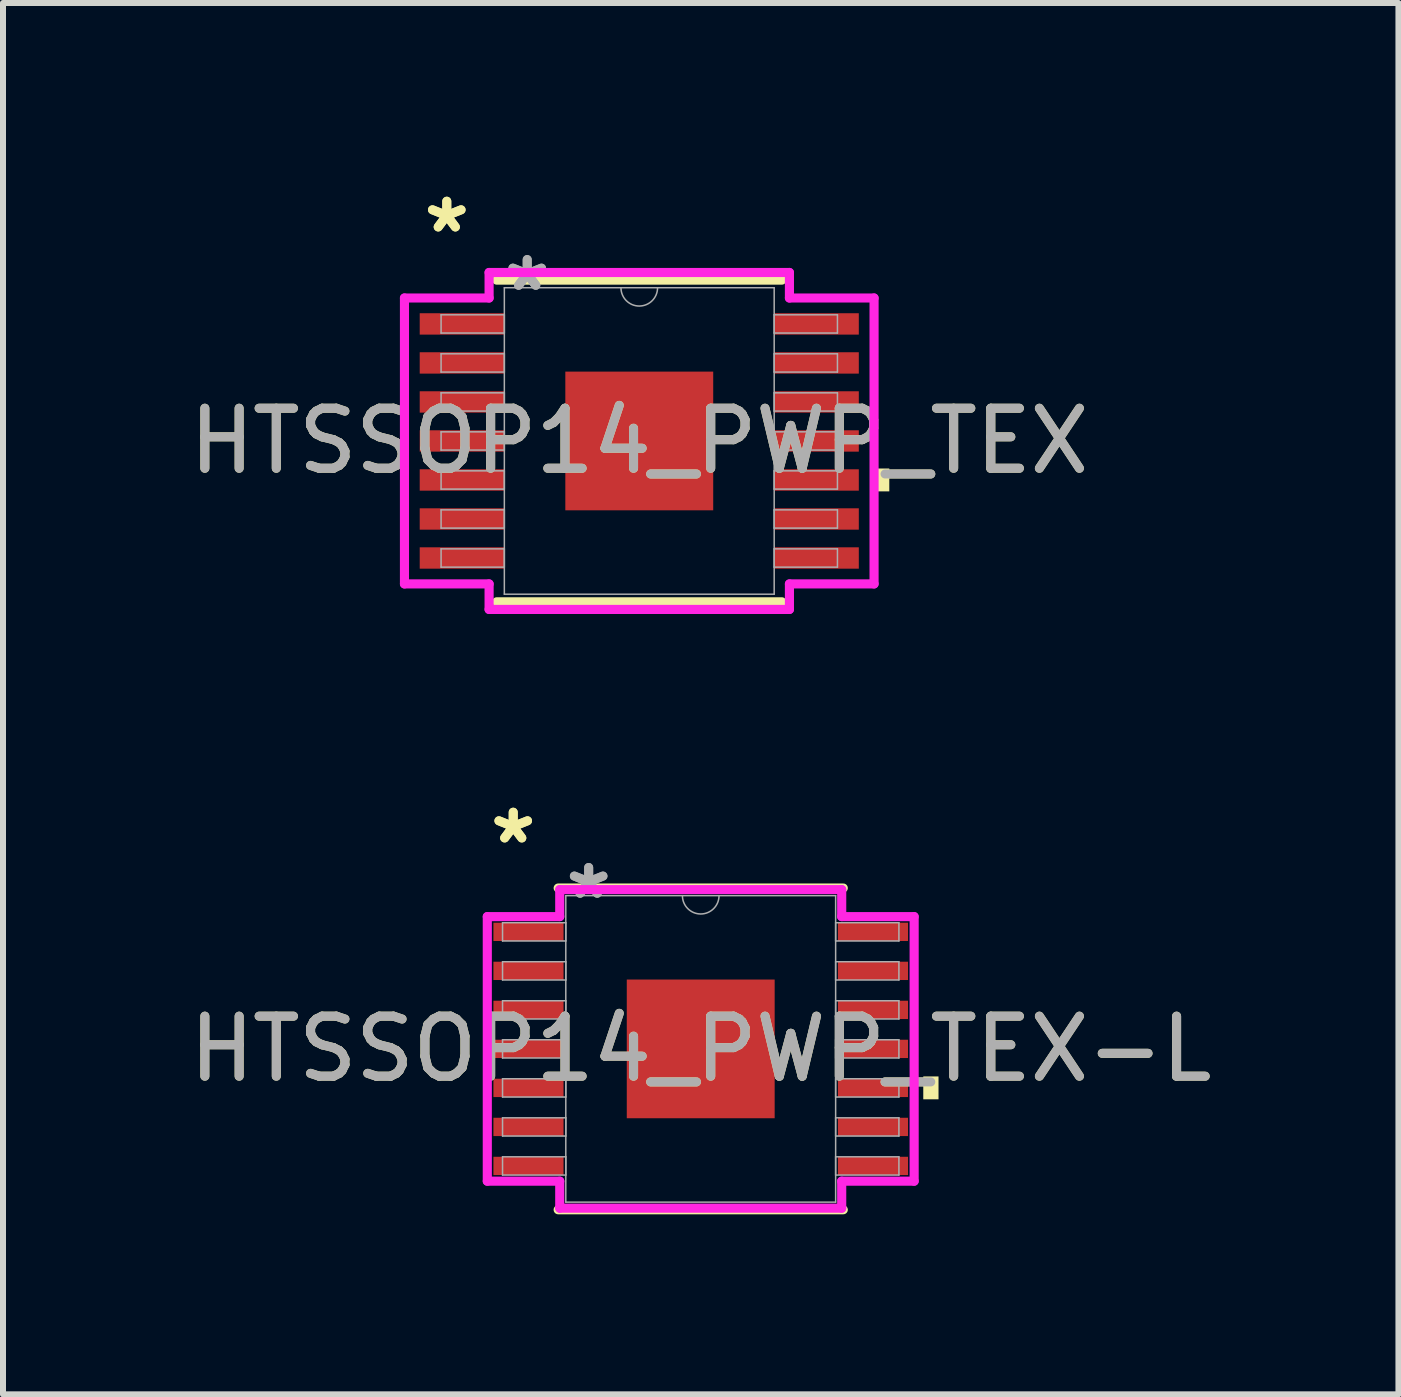
<source format=kicad_pcb>
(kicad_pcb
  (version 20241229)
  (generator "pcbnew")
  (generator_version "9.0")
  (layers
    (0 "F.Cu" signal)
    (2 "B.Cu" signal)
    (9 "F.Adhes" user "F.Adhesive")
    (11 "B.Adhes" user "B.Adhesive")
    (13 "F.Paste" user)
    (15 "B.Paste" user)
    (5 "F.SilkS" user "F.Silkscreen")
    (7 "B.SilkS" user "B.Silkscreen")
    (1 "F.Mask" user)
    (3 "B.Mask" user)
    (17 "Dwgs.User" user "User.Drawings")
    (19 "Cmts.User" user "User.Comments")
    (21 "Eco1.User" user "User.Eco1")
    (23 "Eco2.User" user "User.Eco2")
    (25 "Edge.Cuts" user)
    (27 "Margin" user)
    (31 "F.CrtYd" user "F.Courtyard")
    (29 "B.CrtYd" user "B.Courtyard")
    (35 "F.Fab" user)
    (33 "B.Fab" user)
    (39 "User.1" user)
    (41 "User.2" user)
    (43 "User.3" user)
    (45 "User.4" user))
  (footprint "HTSSOP14_PWP_TEX"
    (layer "F.Cu")
    (at 7.601 4.297)
    (property "Reference" "HTSSOP14_PWP_TEX" (at 0 0 0) (unlocked yes) (layer "F.SilkS") (effects (font (size 1 1) (thickness 0.15))))
    (attr smd)
    (fp_line (start -2.375 2.68) (end 2.375 2.68) (stroke (width 0.152) (type solid)) (layer "F.SilkS"))
    (fp_line (start 2.375 -2.68) (end -2.375 -2.68) (stroke (width 0.152) (type solid)) (layer "F.SilkS"))
    (fp_poly (pts (xy 4.166 0.459) (xy 4.166 0.84) (xy 3.912 0.84) (xy 3.912 0.459)) (stroke (width 0) (type solid)) (fill yes) (layer "F.SilkS"))
    (fp_line (start -3.912 -2.382) (end -2.502 -2.382) (stroke (width 0.152) (type solid)) (layer "F.CrtYd"))
    (fp_line (start -3.912 2.382) (end -3.912 -2.382) (stroke (width 0.152) (type solid)) (layer "F.CrtYd"))
    (fp_line (start -3.912 2.382) (end -2.502 2.382) (stroke (width 0.152) (type solid)) (layer "F.CrtYd"))
    (fp_line (start -2.502 -2.807) (end 2.502 -2.807) (stroke (width 0.152) (type solid)) (layer "F.CrtYd"))
    (fp_line (start -2.502 -2.382) (end -2.502 -2.807) (stroke (width 0.152) (type solid)) (layer "F.CrtYd"))
    (fp_line (start -2.502 2.807) (end -2.502 2.382) (stroke (width 0.152) (type solid)) (layer "F.CrtYd"))
    (fp_line (start 2.502 -2.807) (end 2.502 -2.382) (stroke (width 0.152) (type solid)) (layer "F.CrtYd"))
    (fp_line (start 2.502 2.382) (end 2.502 2.807) (stroke (width 0.152) (type solid)) (layer "F.CrtYd"))
    (fp_line (start 2.502 2.807) (end -2.502 2.807) (stroke (width 0.152) (type solid)) (layer "F.CrtYd"))
    (fp_line (start 3.912 -2.382) (end 2.502 -2.382) (stroke (width 0.152) (type solid)) (layer "F.CrtYd"))
    (fp_line (start 3.912 -2.382) (end 3.912 2.382) (stroke (width 0.152) (type solid)) (layer "F.CrtYd"))
    (fp_line (start 3.912 2.382) (end 2.502 2.382) (stroke (width 0.152) (type solid)) (layer "F.CrtYd"))
    (fp_line (start -3.302 -2.102) (end -3.302 -1.798) (stroke (width 0.025) (type solid)) (layer "F.Fab"))
    (fp_line (start -3.302 -1.798) (end -2.248 -1.798) (stroke (width 0.025) (type solid)) (layer "F.Fab"))
    (fp_line (start -3.302 -1.452) (end -3.302 -1.148) (stroke (width 0.025) (type solid)) (layer "F.Fab"))
    (fp_line (start -3.302 -1.148) (end -2.248 -1.148) (stroke (width 0.025) (type solid)) (layer "F.Fab"))
    (fp_line (start -3.302 -0.802) (end -3.302 -0.498) (stroke (width 0.025) (type solid)) (layer "F.Fab"))
    (fp_line (start -3.302 -0.498) (end -2.248 -0.498) (stroke (width 0.025) (type solid)) (layer "F.Fab"))
    (fp_line (start -3.302 -0.152) (end -3.302 0.152) (stroke (width 0.025) (type solid)) (layer "F.Fab"))
    (fp_line (start -3.302 0.152) (end -2.248 0.152) (stroke (width 0.025) (type solid)) (layer "F.Fab"))
    (fp_line (start -3.302 0.498) (end -3.302 0.802) (stroke (width 0.025) (type solid)) (layer "F.Fab"))
    (fp_line (start -3.302 0.802) (end -2.248 0.802) (stroke (width 0.025) (type solid)) (layer "F.Fab"))
    (fp_line (start -3.302 1.148) (end -3.302 1.452) (stroke (width 0.025) (type solid)) (layer "F.Fab"))
    (fp_line (start -3.302 1.452) (end -2.248 1.452) (stroke (width 0.025) (type solid)) (layer "F.Fab"))
    (fp_line (start -3.302 1.798) (end -3.302 2.102) (stroke (width 0.025) (type solid)) (layer "F.Fab"))
    (fp_line (start -3.302 2.102) (end -2.248 2.102) (stroke (width 0.025) (type solid)) (layer "F.Fab"))
    (fp_line (start -2.248 -2.553) (end -2.248 2.553) (stroke (width 0.025) (type solid)) (layer "F.Fab"))
    (fp_line (start -2.248 -2.102) (end -3.302 -2.102) (stroke (width 0.025) (type solid)) (layer "F.Fab"))
    (fp_line (start -2.248 -1.798) (end -2.248 -2.102) (stroke (width 0.025) (type solid)) (layer "F.Fab"))
    (fp_line (start -2.248 -1.452) (end -3.302 -1.452) (stroke (width 0.025) (type solid)) (layer "F.Fab"))
    (fp_line (start -2.248 -1.148) (end -2.248 -1.452) (stroke (width 0.025) (type solid)) (layer "F.Fab"))
    (fp_line (start -2.248 -0.802) (end -3.302 -0.802) (stroke (width 0.025) (type solid)) (layer "F.Fab"))
    (fp_line (start -2.248 -0.498) (end -2.248 -0.802) (stroke (width 0.025) (type solid)) (layer "F.Fab"))
    (fp_line (start -2.248 -0.152) (end -3.302 -0.152) (stroke (width 0.025) (type solid)) (layer "F.Fab"))
    (fp_line (start -2.248 0.152) (end -2.248 -0.152) (stroke (width 0.025) (type solid)) (layer "F.Fab"))
    (fp_line (start -2.248 0.498) (end -3.302 0.498) (stroke (width 0.025) (type solid)) (layer "F.Fab"))
    (fp_line (start -2.248 0.802) (end -2.248 0.498) (stroke (width 0.025) (type solid)) (layer "F.Fab"))
    (fp_line (start -2.248 1.148) (end -3.302 1.148) (stroke (width 0.025) (type solid)) (layer "F.Fab"))
    (fp_line (start -2.248 1.452) (end -2.248 1.148) (stroke (width 0.025) (type solid)) (layer "F.Fab"))
    (fp_line (start -2.248 1.798) (end -3.302 1.798) (stroke (width 0.025) (type solid)) (layer "F.Fab"))
    (fp_line (start -2.248 2.102) (end -2.248 1.798) (stroke (width 0.025) (type solid)) (layer "F.Fab"))
    (fp_line (start -2.248 2.553) (end 2.248 2.553) (stroke (width 0.025) (type solid)) (layer "F.Fab"))
    (fp_line (start 2.248 -2.553) (end -2.248 -2.553) (stroke (width 0.025) (type solid)) (layer "F.Fab"))
    (fp_line (start 2.248 -2.102) (end 2.248 -1.798) (stroke (width 0.025) (type solid)) (layer "F.Fab"))
    (fp_line (start 2.248 -1.798) (end 3.302 -1.798) (stroke (width 0.025) (type solid)) (layer "F.Fab"))
    (fp_line (start 2.248 -1.452) (end 2.248 -1.148) (stroke (width 0.025) (type solid)) (layer "F.Fab"))
    (fp_line (start 2.248 -1.148) (end 3.302 -1.148) (stroke (width 0.025) (type solid)) (layer "F.Fab"))
    (fp_line (start 2.248 -0.802) (end 2.248 -0.498) (stroke (width 0.025) (type solid)) (layer "F.Fab"))
    (fp_line (start 2.248 -0.498) (end 3.302 -0.498) (stroke (width 0.025) (type solid)) (layer "F.Fab"))
    (fp_line (start 2.248 -0.152) (end 2.248 0.152) (stroke (width 0.025) (type solid)) (layer "F.Fab"))
    (fp_line (start 2.248 0.152) (end 3.302 0.152) (stroke (width 0.025) (type solid)) (layer "F.Fab"))
    (fp_line (start 2.248 0.498) (end 2.248 0.802) (stroke (width 0.025) (type solid)) (layer "F.Fab"))
    (fp_line (start 2.248 0.802) (end 3.302 0.802) (stroke (width 0.025) (type solid)) (layer "F.Fab"))
    (fp_line (start 2.248 1.148) (end 2.248 1.452) (stroke (width 0.025) (type solid)) (layer "F.Fab"))
    (fp_line (start 2.248 1.452) (end 3.302 1.452) (stroke (width 0.025) (type solid)) (layer "F.Fab"))
    (fp_line (start 2.248 1.798) (end 2.248 2.102) (stroke (width 0.025) (type solid)) (layer "F.Fab"))
    (fp_line (start 2.248 2.102) (end 3.302 2.102) (stroke (width 0.025) (type solid)) (layer "F.Fab"))
    (fp_line (start 2.248 2.553) (end 2.248 -2.553) (stroke (width 0.025) (type solid)) (layer "F.Fab"))
    (fp_line (start 3.302 -2.102) (end 2.248 -2.102) (stroke (width 0.025) (type solid)) (layer "F.Fab"))
    (fp_line (start 3.302 -1.798) (end 3.302 -2.102) (stroke (width 0.025) (type solid)) (layer "F.Fab"))
    (fp_line (start 3.302 -1.452) (end 2.248 -1.452) (stroke (width 0.025) (type solid)) (layer "F.Fab"))
    (fp_line (start 3.302 -1.148) (end 3.302 -1.452) (stroke (width 0.025) (type solid)) (layer "F.Fab"))
    (fp_line (start 3.302 -0.802) (end 2.248 -0.802) (stroke (width 0.025) (type solid)) (layer "F.Fab"))
    (fp_line (start 3.302 -0.498) (end 3.302 -0.802) (stroke (width 0.025) (type solid)) (layer "F.Fab"))
    (fp_line (start 3.302 -0.152) (end 2.248 -0.152) (stroke (width 0.025) (type solid)) (layer "F.Fab"))
    (fp_line (start 3.302 0.152) (end 3.302 -0.152) (stroke (width 0.025) (type solid)) (layer "F.Fab"))
    (fp_line (start 3.302 0.498) (end 2.248 0.498) (stroke (width 0.025) (type solid)) (layer "F.Fab"))
    (fp_line (start 3.302 0.802) (end 3.302 0.498) (stroke (width 0.025) (type solid)) (layer "F.Fab"))
    (fp_line (start 3.302 1.148) (end 2.248 1.148) (stroke (width 0.025) (type solid)) (layer "F.Fab"))
    (fp_line (start 3.302 1.452) (end 3.302 1.148) (stroke (width 0.025) (type solid)) (layer "F.Fab"))
    (fp_line (start 3.302 1.798) (end 2.248 1.798) (stroke (width 0.025) (type solid)) (layer "F.Fab"))
    (fp_line (start 3.302 2.102) (end 3.302 1.798) (stroke (width 0.025) (type solid)) (layer "F.Fab"))
    (fp_arc (start 0.3048 -2.5527) (mid 0 -2.2479) (end -0.3048 -2.5527) (stroke (width 0.0254) (type solid)) (layer "F.Fab"))
    (fp_text user "*" (at -3.207 -3.449 0) (unlocked yes) (layer "F.SilkS") (effects (font (size 1 1) (thickness 0.15))))
    (fp_text user "*" (at -3.207 -3.449 0) (layer "F.SilkS") (effects (font (size 1 1) (thickness 0.15))))
    (fp_text user "*" (at -1.867 -2.477 0) (unlocked yes) (layer "F.Fab") (effects (font (size 1 1) (thickness 0.15))))
    (fp_text user "*" (at -1.867 -2.477 0) (layer "F.Fab") (effects (font (size 1 1) (thickness 0.15))))
    (fp_text user "${REFERENCE}" (at 0 0 0) (unlocked yes) (layer "F.Fab") (effects (font (size 1 1) (thickness 0.15))))
    (pad "1" smd rect (at -2.953 -1.95) (size 1.41 0.356) (layers "F.Cu" "F.Mask" "F.Paste"))
    (pad "2" smd rect (at -2.953 -1.3) (size 1.41 0.356) (layers "F.Cu" "F.Mask" "F.Paste"))
    (pad "3" smd rect (at -2.953 -0.65) (size 1.41 0.356) (layers "F.Cu" "F.Mask" "F.Paste"))
    (pad "4" smd rect (at -2.953 0) (size 1.41 0.356) (layers "F.Cu" "F.Mask" "F.Paste"))
    (pad "5" smd rect (at -2.953 0.65) (size 1.41 0.356) (layers "F.Cu" "F.Mask" "F.Paste"))
    (pad "6" smd rect (at -2.953 1.3) (size 1.41 0.356) (layers "F.Cu" "F.Mask" "F.Paste"))
    (pad "7" smd rect (at -2.953 1.95) (size 1.41 0.356) (layers "F.Cu" "F.Mask" "F.Paste"))
    (pad "8" smd rect (at 2.953 1.95) (size 1.41 0.356) (layers "F.Cu" "F.Mask" "F.Paste"))
    (pad "9" smd rect (at 2.953 1.3) (size 1.41 0.356) (layers "F.Cu" "F.Mask" "F.Paste"))
    (pad "10" smd rect (at 2.953 0.65) (size 1.41 0.356) (layers "F.Cu" "F.Mask" "F.Paste"))
    (pad "11" smd rect (at 2.953 0) (size 1.41 0.356) (layers "F.Cu" "F.Mask" "F.Paste"))
    (pad "12" smd rect (at 2.953 -0.65) (size 1.41 0.356) (layers "F.Cu" "F.Mask" "F.Paste"))
    (pad "13" smd rect (at 2.953 -1.3) (size 1.41 0.356) (layers "F.Cu" "F.Mask" "F.Paste"))
    (pad "14" smd rect (at 2.953 -1.95) (size 1.41 0.356) (layers "F.Cu" "F.Mask" "F.Paste"))
    (pad "EPAD" smd rect (at 0 0) (size 2.464 2.311) (layers "F.Cu" "F.Mask" "F.Paste")))
  (footprint "HTSSOP14_PWP_TEX-L"
    (layer "F.Cu")
    (at 8.625 14.426)
    (property "Reference" "HTSSOP14_PWP_TEX-L" (at 0 0 0) (unlocked yes) (layer "F.SilkS") (effects (font (size 1 1) (thickness 0.15))))
    (attr smd)
    (fp_line (start -2.375 2.68) (end 2.375 2.68) (stroke (width 0.152) (type solid)) (layer "F.SilkS"))
    (fp_line (start 2.375 -2.68) (end -2.375 -2.68) (stroke (width 0.152) (type solid)) (layer "F.SilkS"))
    (fp_poly (pts (xy 3.962 0.459) (xy 3.962 0.84) (xy 3.708 0.84) (xy 3.708 0.459)) (stroke (width 0) (type solid)) (fill yes) (layer "F.SilkS"))
    (fp_line (start -3.556 -2.204) (end -2.349 -2.204) (stroke (width 0.152) (type solid)) (layer "F.CrtYd"))
    (fp_line (start -3.556 2.204) (end -3.556 -2.204) (stroke (width 0.152) (type solid)) (layer "F.CrtYd"))
    (fp_line (start -3.556 2.204) (end -2.349 2.204) (stroke (width 0.152) (type solid)) (layer "F.CrtYd"))
    (fp_line (start -2.349 -2.654) (end 2.349 -2.654) (stroke (width 0.152) (type solid)) (layer "F.CrtYd"))
    (fp_line (start -2.349 -2.204) (end -2.349 -2.654) (stroke (width 0.152) (type solid)) (layer "F.CrtYd"))
    (fp_line (start -2.349 2.654) (end -2.349 2.204) (stroke (width 0.152) (type solid)) (layer "F.CrtYd"))
    (fp_line (start 2.349 -2.654) (end 2.349 -2.204) (stroke (width 0.152) (type solid)) (layer "F.CrtYd"))
    (fp_line (start 2.349 2.204) (end 2.349 2.654) (stroke (width 0.152) (type solid)) (layer "F.CrtYd"))
    (fp_line (start 2.349 2.654) (end -2.349 2.654) (stroke (width 0.152) (type solid)) (layer "F.CrtYd"))
    (fp_line (start 3.556 -2.204) (end 2.349 -2.204) (stroke (width 0.152) (type solid)) (layer "F.CrtYd"))
    (fp_line (start 3.556 -2.204) (end 3.556 2.204) (stroke (width 0.152) (type solid)) (layer "F.CrtYd"))
    (fp_line (start 3.556 2.204) (end 2.349 2.204) (stroke (width 0.152) (type solid)) (layer "F.CrtYd"))
    (fp_line (start -3.302 -2.102) (end -3.302 -1.798) (stroke (width 0.025) (type solid)) (layer "F.Fab"))
    (fp_line (start -3.302 -1.798) (end -2.248 -1.798) (stroke (width 0.025) (type solid)) (layer "F.Fab"))
    (fp_line (start -3.302 -1.452) (end -3.302 -1.148) (stroke (width 0.025) (type solid)) (layer "F.Fab"))
    (fp_line (start -3.302 -1.148) (end -2.248 -1.148) (stroke (width 0.025) (type solid)) (layer "F.Fab"))
    (fp_line (start -3.302 -0.802) (end -3.302 -0.498) (stroke (width 0.025) (type solid)) (layer "F.Fab"))
    (fp_line (start -3.302 -0.498) (end -2.248 -0.498) (stroke (width 0.025) (type solid)) (layer "F.Fab"))
    (fp_line (start -3.302 -0.152) (end -3.302 0.152) (stroke (width 0.025) (type solid)) (layer "F.Fab"))
    (fp_line (start -3.302 0.152) (end -2.248 0.152) (stroke (width 0.025) (type solid)) (layer "F.Fab"))
    (fp_line (start -3.302 0.498) (end -3.302 0.802) (stroke (width 0.025) (type solid)) (layer "F.Fab"))
    (fp_line (start -3.302 0.802) (end -2.248 0.802) (stroke (width 0.025) (type solid)) (layer "F.Fab"))
    (fp_line (start -3.302 1.148) (end -3.302 1.452) (stroke (width 0.025) (type solid)) (layer "F.Fab"))
    (fp_line (start -3.302 1.452) (end -2.248 1.452) (stroke (width 0.025) (type solid)) (layer "F.Fab"))
    (fp_line (start -3.302 1.798) (end -3.302 2.102) (stroke (width 0.025) (type solid)) (layer "F.Fab"))
    (fp_line (start -3.302 2.102) (end -2.248 2.102) (stroke (width 0.025) (type solid)) (layer "F.Fab"))
    (fp_line (start -2.248 -2.553) (end -2.248 2.553) (stroke (width 0.025) (type solid)) (layer "F.Fab"))
    (fp_line (start -2.248 -2.102) (end -3.302 -2.102) (stroke (width 0.025) (type solid)) (layer "F.Fab"))
    (fp_line (start -2.248 -1.798) (end -2.248 -2.102) (stroke (width 0.025) (type solid)) (layer "F.Fab"))
    (fp_line (start -2.248 -1.452) (end -3.302 -1.452) (stroke (width 0.025) (type solid)) (layer "F.Fab"))
    (fp_line (start -2.248 -1.148) (end -2.248 -1.452) (stroke (width 0.025) (type solid)) (layer "F.Fab"))
    (fp_line (start -2.248 -0.802) (end -3.302 -0.802) (stroke (width 0.025) (type solid)) (layer "F.Fab"))
    (fp_line (start -2.248 -0.498) (end -2.248 -0.802) (stroke (width 0.025) (type solid)) (layer "F.Fab"))
    (fp_line (start -2.248 -0.152) (end -3.302 -0.152) (stroke (width 0.025) (type solid)) (layer "F.Fab"))
    (fp_line (start -2.248 0.152) (end -2.248 -0.152) (stroke (width 0.025) (type solid)) (layer "F.Fab"))
    (fp_line (start -2.248 0.498) (end -3.302 0.498) (stroke (width 0.025) (type solid)) (layer "F.Fab"))
    (fp_line (start -2.248 0.802) (end -2.248 0.498) (stroke (width 0.025) (type solid)) (layer "F.Fab"))
    (fp_line (start -2.248 1.148) (end -3.302 1.148) (stroke (width 0.025) (type solid)) (layer "F.Fab"))
    (fp_line (start -2.248 1.452) (end -2.248 1.148) (stroke (width 0.025) (type solid)) (layer "F.Fab"))
    (fp_line (start -2.248 1.798) (end -3.302 1.798) (stroke (width 0.025) (type solid)) (layer "F.Fab"))
    (fp_line (start -2.248 2.102) (end -2.248 1.798) (stroke (width 0.025) (type solid)) (layer "F.Fab"))
    (fp_line (start -2.248 2.553) (end 2.248 2.553) (stroke (width 0.025) (type solid)) (layer "F.Fab"))
    (fp_line (start 2.248 -2.553) (end -2.248 -2.553) (stroke (width 0.025) (type solid)) (layer "F.Fab"))
    (fp_line (start 2.248 -2.102) (end 2.248 -1.798) (stroke (width 0.025) (type solid)) (layer "F.Fab"))
    (fp_line (start 2.248 -1.798) (end 3.302 -1.798) (stroke (width 0.025) (type solid)) (layer "F.Fab"))
    (fp_line (start 2.248 -1.452) (end 2.248 -1.148) (stroke (width 0.025) (type solid)) (layer "F.Fab"))
    (fp_line (start 2.248 -1.148) (end 3.302 -1.148) (stroke (width 0.025) (type solid)) (layer "F.Fab"))
    (fp_line (start 2.248 -0.802) (end 2.248 -0.498) (stroke (width 0.025) (type solid)) (layer "F.Fab"))
    (fp_line (start 2.248 -0.498) (end 3.302 -0.498) (stroke (width 0.025) (type solid)) (layer "F.Fab"))
    (fp_line (start 2.248 -0.152) (end 2.248 0.152) (stroke (width 0.025) (type solid)) (layer "F.Fab"))
    (fp_line (start 2.248 0.152) (end 3.302 0.152) (stroke (width 0.025) (type solid)) (layer "F.Fab"))
    (fp_line (start 2.248 0.498) (end 2.248 0.802) (stroke (width 0.025) (type solid)) (layer "F.Fab"))
    (fp_line (start 2.248 0.802) (end 3.302 0.802) (stroke (width 0.025) (type solid)) (layer "F.Fab"))
    (fp_line (start 2.248 1.148) (end 2.248 1.452) (stroke (width 0.025) (type solid)) (layer "F.Fab"))
    (fp_line (start 2.248 1.452) (end 3.302 1.452) (stroke (width 0.025) (type solid)) (layer "F.Fab"))
    (fp_line (start 2.248 1.798) (end 2.248 2.102) (stroke (width 0.025) (type solid)) (layer "F.Fab"))
    (fp_line (start 2.248 2.102) (end 3.302 2.102) (stroke (width 0.025) (type solid)) (layer "F.Fab"))
    (fp_line (start 2.248 2.553) (end 2.248 -2.553) (stroke (width 0.025) (type solid)) (layer "F.Fab"))
    (fp_line (start 3.302 -2.102) (end 2.248 -2.102) (stroke (width 0.025) (type solid)) (layer "F.Fab"))
    (fp_line (start 3.302 -1.798) (end 3.302 -2.102) (stroke (width 0.025) (type solid)) (layer "F.Fab"))
    (fp_line (start 3.302 -1.452) (end 2.248 -1.452) (stroke (width 0.025) (type solid)) (layer "F.Fab"))
    (fp_line (start 3.302 -1.148) (end 3.302 -1.452) (stroke (width 0.025) (type solid)) (layer "F.Fab"))
    (fp_line (start 3.302 -0.802) (end 2.248 -0.802) (stroke (width 0.025) (type solid)) (layer "F.Fab"))
    (fp_line (start 3.302 -0.498) (end 3.302 -0.802) (stroke (width 0.025) (type solid)) (layer "F.Fab"))
    (fp_line (start 3.302 -0.152) (end 2.248 -0.152) (stroke (width 0.025) (type solid)) (layer "F.Fab"))
    (fp_line (start 3.302 0.152) (end 3.302 -0.152) (stroke (width 0.025) (type solid)) (layer "F.Fab"))
    (fp_line (start 3.302 0.498) (end 2.248 0.498) (stroke (width 0.025) (type solid)) (layer "F.Fab"))
    (fp_line (start 3.302 0.802) (end 3.302 0.498) (stroke (width 0.025) (type solid)) (layer "F.Fab"))
    (fp_line (start 3.302 1.148) (end 2.248 1.148) (stroke (width 0.025) (type solid)) (layer "F.Fab"))
    (fp_line (start 3.302 1.452) (end 3.302 1.148) (stroke (width 0.025) (type solid)) (layer "F.Fab"))
    (fp_line (start 3.302 1.798) (end 2.248 1.798) (stroke (width 0.025) (type solid)) (layer "F.Fab"))
    (fp_line (start 3.302 2.102) (end 3.302 1.798) (stroke (width 0.025) (type solid)) (layer "F.Fab"))
    (fp_arc (start 0.3048 -2.5527) (mid 0 -2.2479) (end -0.3048 -2.5527) (stroke (width 0.0254) (type solid)) (layer "F.Fab"))
    (fp_text user "*" (at -3.124 -3.398 0) (layer "F.SilkS") (effects (font (size 1 1) (thickness 0.15))))
    (fp_text user "*" (at -3.124 -3.398 0) (unlocked yes) (layer "F.SilkS") (effects (font (size 1 1) (thickness 0.15))))
    (fp_text user "${REFERENCE}" (at 0 0 0) (unlocked yes) (layer "F.Fab") (effects (font (size 1 1) (thickness 0.15))))
    (fp_text user "*" (at -1.867 -2.477 0) (unlocked yes) (layer "F.Fab") (effects (font (size 1 1) (thickness 0.15))))
    (fp_text user "*" (at -1.867 -2.477 0) (layer "F.Fab") (effects (font (size 1 1) (thickness 0.15))))
    (pad "1" smd rect (at -2.87 -1.95) (size 1.168 0.305) (layers "F.Cu" "F.Mask" "F.Paste"))
    (pad "2" smd rect (at -2.87 -1.3) (size 1.168 0.305) (layers "F.Cu" "F.Mask" "F.Paste"))
    (pad "3" smd rect (at -2.87 -0.65) (size 1.168 0.305) (layers "F.Cu" "F.Mask" "F.Paste"))
    (pad "4" smd rect (at -2.87 0) (size 1.168 0.305) (layers "F.Cu" "F.Mask" "F.Paste"))
    (pad "5" smd rect (at -2.87 0.65) (size 1.168 0.305) (layers "F.Cu" "F.Mask" "F.Paste"))
    (pad "6" smd rect (at -2.87 1.3) (size 1.168 0.305) (layers "F.Cu" "F.Mask" "F.Paste"))
    (pad "7" smd rect (at -2.87 1.95) (size 1.168 0.305) (layers "F.Cu" "F.Mask" "F.Paste"))
    (pad "8" smd rect (at 2.87 1.95) (size 1.168 0.305) (layers "F.Cu" "F.Mask" "F.Paste"))
    (pad "9" smd rect (at 2.87 1.3) (size 1.168 0.305) (layers "F.Cu" "F.Mask" "F.Paste"))
    (pad "10" smd rect (at 2.87 0.65) (size 1.168 0.305) (layers "F.Cu" "F.Mask" "F.Paste"))
    (pad "11" smd rect (at 2.87 0) (size 1.168 0.305) (layers "F.Cu" "F.Mask" "F.Paste"))
    (pad "12" smd rect (at 2.87 -0.65) (size 1.168 0.305) (layers "F.Cu" "F.Mask" "F.Paste"))
    (pad "13" smd rect (at 2.87 -1.3) (size 1.168 0.305) (layers "F.Cu" "F.Mask" "F.Paste"))
    (pad "14" smd rect (at 2.87 -1.95) (size 1.168 0.305) (layers "F.Cu" "F.Mask" "F.Paste"))
    (pad "EPAD" smd rect (at 0 0) (size 2.464 2.311) (layers "F.Cu" "F.Mask" "F.Paste")))
  (gr_rect
    (start -3 -3)
    (end 20.25 20.182)
    (stroke (width 0.1) (type default))
    (fill no)
    (layer "Edge.Cuts")))
</source>
